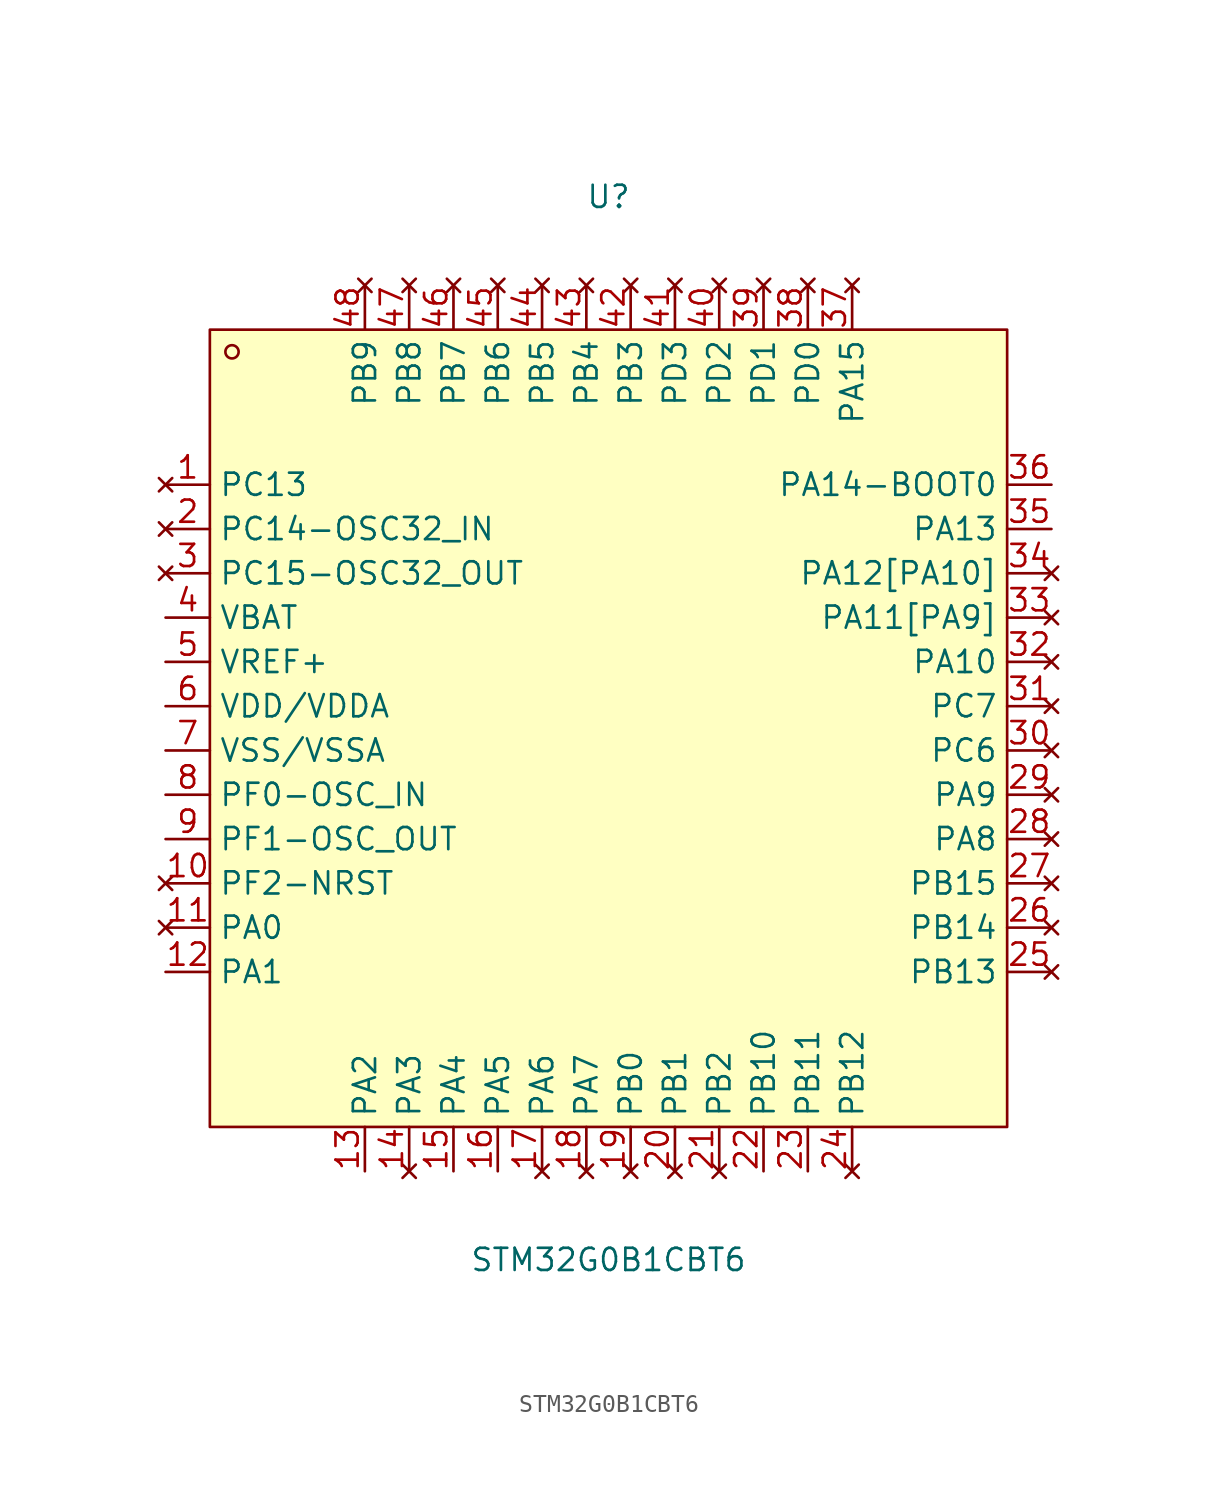
<source format=kicad_sym>
(kicad_symbol_lib
  (version 20231120)
  (generator "kicad_symbol_editor")
  (generator_version "8.0")
  (symbol "STM32G0B1CBT6"
    (property "Reference" "U"
      (at 0 30.48 0)
      (effects (font (size 1.27 1.27))))
    (property "Value" "STM32G0B1CBT6"
      (at 0 -30.48 0)
      (effects (font (size 1.27 1.27))))
    (symbol "STM32G0B1CBT6_0_1"
      (rectangle (start -22.86 22.86) (end 22.86 -22.86) (stroke (width 0) (type default)) (fill (type background)))
      (circle (center -21.59 21.59) (radius 0.38) (stroke (width 0) (type default)) (fill (type none)))
      (pin no_connect line (at -25.4 13.97 0) (length 2.54) (name "PC13" (effects (font (size 1.27 1.27)))) (number "1" (effects (font (size 1.27 1.27)))))
      (pin no_connect line (at -25.4 -8.89 0) (length 2.54) (name "PF2-NRST" (effects (font (size 1.27 1.27)))) (number "10" (effects (font (size 1.27 1.27)))))
      (pin no_connect line (at -25.4 -11.43 0) (length 2.54) (name "PA0" (effects (font (size 1.27 1.27)))) (number "11" (effects (font (size 1.27 1.27)))))
      (pin bidirectional line (at -25.4 -13.97 0) (length 2.54) (name "PA1" (effects (font (size 1.27 1.27)))) (number "12" (effects (font (size 1.27 1.27)))))
      (pin bidirectional line (at -13.97 -25.4 90) (length 2.54) (name "PA2" (effects (font (size 1.27 1.27)))) (number "13" (effects (font (size 1.27 1.27)))))
      (pin no_connect line (at -11.43 -25.4 90) (length 2.54) (name "PA3" (effects (font (size 1.27 1.27)))) (number "14" (effects (font (size 1.27 1.27)))))
      (pin bidirectional line (at -8.89 -25.4 90) (length 2.54) (name "PA4" (effects (font (size 1.27 1.27)))) (number "15" (effects (font (size 1.27 1.27)))))
      (pin bidirectional line (at -6.35 -25.4 90) (length 2.54) (name "PA5" (effects (font (size 1.27 1.27)))) (number "16" (effects (font (size 1.27 1.27)))))
      (pin no_connect line (at -3.81 -25.4 90) (length 2.54) (name "PA6" (effects (font (size 1.27 1.27)))) (number "17" (effects (font (size 1.27 1.27)))))
      (pin no_connect line (at -1.27 -25.4 90) (length 2.54) (name "PA7" (effects (font (size 1.27 1.27)))) (number "18" (effects (font (size 1.27 1.27)))))
      (pin no_connect line (at 1.27 -25.4 90) (length 2.54) (name "PB0" (effects (font (size 1.27 1.27)))) (number "19" (effects (font (size 1.27 1.27)))))
      (pin no_connect line (at -25.4 11.43 0) (length 2.54) (name "PC14-OSC32_IN" (effects (font (size 1.27 1.27)))) (number "2" (effects (font (size 1.27 1.27)))))
      (pin no_connect line (at 3.81 -25.4 90) (length 2.54) (name "PB1" (effects (font (size 1.27 1.27)))) (number "20" (effects (font (size 1.27 1.27)))))
      (pin no_connect line (at 6.35 -25.4 90) (length 2.54) (name "PB2" (effects (font (size 1.27 1.27)))) (number "21" (effects (font (size 1.27 1.27)))))
      (pin bidirectional line (at 8.89 -25.4 90) (length 2.54) (name "PB10" (effects (font (size 1.27 1.27)))) (number "22" (effects (font (size 1.27 1.27)))))
      (pin bidirectional line (at 11.43 -25.4 90) (length 2.54) (name "PB11" (effects (font (size 1.27 1.27)))) (number "23" (effects (font (size 1.27 1.27)))))
      (pin no_connect line (at 13.97 -25.4 90) (length 2.54) (name "PB12" (effects (font (size 1.27 1.27)))) (number "24" (effects (font (size 1.27 1.27)))))
      (pin no_connect line (at 25.4 -13.97 180) (length 2.54) (name "PB13" (effects (font (size 1.27 1.27)))) (number "25" (effects (font (size 1.27 1.27)))))
      (pin no_connect line (at 25.4 -11.43 180) (length 2.54) (name "PB14" (effects (font (size 1.27 1.27)))) (number "26" (effects (font (size 1.27 1.27)))))
      (pin no_connect line (at 25.4 -8.89 180) (length 2.54) (name "PB15" (effects (font (size 1.27 1.27)))) (number "27" (effects (font (size 1.27 1.27)))))
      (pin no_connect line (at 25.4 -6.35 180) (length 2.54) (name "PA8" (effects (font (size 1.27 1.27)))) (number "28" (effects (font (size 1.27 1.27)))))
      (pin no_connect line (at 25.4 -3.81 180) (length 2.54) (name "PA9" (effects (font (size 1.27 1.27)))) (number "29" (effects (font (size 1.27 1.27)))))
      (pin no_connect line (at -25.4 8.89 0) (length 2.54) (name "PC15-OSC32_OUT" (effects (font (size 1.27 1.27)))) (number "3" (effects (font (size 1.27 1.27)))))
      (pin no_connect line (at 25.4 -1.27 180) (length 2.54) (name "PC6" (effects (font (size 1.27 1.27)))) (number "30" (effects (font (size 1.27 1.27)))))
      (pin no_connect line (at 25.4 1.27 180) (length 2.54) (name "PC7" (effects (font (size 1.27 1.27)))) (number "31" (effects (font (size 1.27 1.27)))))
      (pin no_connect line (at 25.4 3.81 180) (length 2.54) (name "PA10" (effects (font (size 1.27 1.27)))) (number "32" (effects (font (size 1.27 1.27)))))
      (pin no_connect line (at 25.4 6.35 180) (length 2.54) (name "PA11[PA9]" (effects (font (size 1.27 1.27)))) (number "33" (effects (font (size 1.27 1.27)))))
      (pin no_connect line (at 25.4 8.89 180) (length 2.54) (name "PA12[PA10]" (effects (font (size 1.27 1.27)))) (number "34" (effects (font (size 1.27 1.27)))))
      (pin bidirectional line (at 25.4 11.43 180) (length 2.54) (name "PA13" (effects (font (size 1.27 1.27)))) (number "35" (effects (font (size 1.27 1.27)))))
      (pin bidirectional line (at 25.4 13.97 180) (length 2.54) (name "PA14-BOOT0" (effects (font (size 1.27 1.27)))) (number "36" (effects (font (size 1.27 1.27)))))
      (pin no_connect line (at 13.97 25.4 270) (length 2.54) (name "PA15" (effects (font (size 1.27 1.27)))) (number "37" (effects (font (size 1.27 1.27)))))
      (pin no_connect line (at 11.43 25.4 270) (length 2.54) (name "PD0" (effects (font (size 1.27 1.27)))) (number "38" (effects (font (size 1.27 1.27)))))
      (pin no_connect line (at 8.89 25.4 270) (length 2.54) (name "PD1" (effects (font (size 1.27 1.27)))) (number "39" (effects (font (size 1.27 1.27)))))
      (pin power_in line (at -25.4 6.35 0) (length 2.54) (name "VBAT" (effects (font (size 1.27 1.27)))) (number "4" (effects (font (size 1.27 1.27)))))
      (pin no_connect line (at 6.35 25.4 270) (length 2.54) (name "PD2" (effects (font (size 1.27 1.27)))) (number "40" (effects (font (size 1.27 1.27)))))
      (pin no_connect line (at 3.81 25.4 270) (length 2.54) (name "PD3" (effects (font (size 1.27 1.27)))) (number "41" (effects (font (size 1.27 1.27)))))
      (pin no_connect line (at 1.27 25.4 270) (length 2.54) (name "PB3" (effects (font (size 1.27 1.27)))) (number "42" (effects (font (size 1.27 1.27)))))
      (pin no_connect line (at -1.27 25.4 270) (length 2.54) (name "PB4" (effects (font (size 1.27 1.27)))) (number "43" (effects (font (size 1.27 1.27)))))
      (pin no_connect line (at -3.81 25.4 270) (length 2.54) (name "PB5" (effects (font (size 1.27 1.27)))) (number "44" (effects (font (size 1.27 1.27)))))
      (pin no_connect line (at -6.35 25.4 270) (length 2.54) (name "PB6" (effects (font (size 1.27 1.27)))) (number "45" (effects (font (size 1.27 1.27)))))
      (pin no_connect line (at -8.89 25.4 270) (length 2.54) (name "PB7" (effects (font (size 1.27 1.27)))) (number "46" (effects (font (size 1.27 1.27)))))
      (pin no_connect line (at -11.43 25.4 270) (length 2.54) (name "PB8" (effects (font (size 1.27 1.27)))) (number "47" (effects (font (size 1.27 1.27)))))
      (pin no_connect line (at -13.97 25.4 270) (length 2.54) (name "PB9" (effects (font (size 1.27 1.27)))) (number "48" (effects (font (size 1.27 1.27)))))
      (pin power_in line (at -25.4 3.81 0) (length 2.54) (name "VREF+" (effects (font (size 1.27 1.27)))) (number "5" (effects (font (size 1.27 1.27)))))
      (pin power_in line (at -25.4 1.27 0) (length 2.54) (name "VDD/VDDA" (effects (font (size 1.27 1.27)))) (number "6" (effects (font (size 1.27 1.27)))))
      (pin power_in line (at -25.4 -1.27 0) (length 2.54) (name "VSS/VSSA" (effects (font (size 1.27 1.27)))) (number "7" (effects (font (size 1.27 1.27)))))
      (pin bidirectional line (at -25.4 -3.81 0) (length 2.54) (name "PF0-OSC_IN" (effects (font (size 1.27 1.27)))) (number "8" (effects (font (size 1.27 1.27)))))
      (pin bidirectional line (at -25.4 -6.35 0) (length 2.54) (name "PF1-OSC_OUT" (effects (font (size 1.27 1.27)))) (number "9" (effects (font (size 1.27 1.27))))))))
</source>
